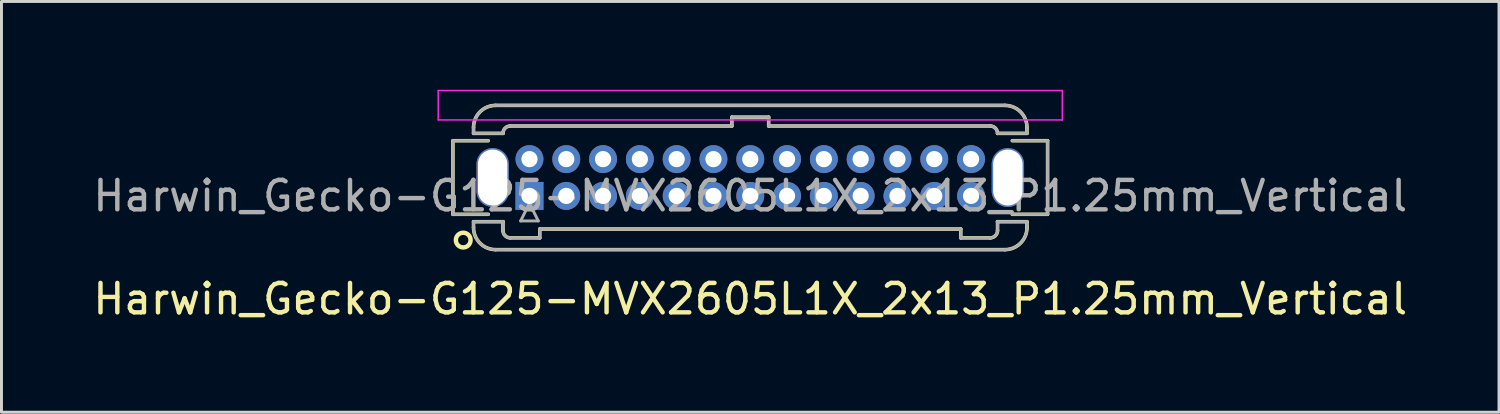
<source format=kicad_pcb>
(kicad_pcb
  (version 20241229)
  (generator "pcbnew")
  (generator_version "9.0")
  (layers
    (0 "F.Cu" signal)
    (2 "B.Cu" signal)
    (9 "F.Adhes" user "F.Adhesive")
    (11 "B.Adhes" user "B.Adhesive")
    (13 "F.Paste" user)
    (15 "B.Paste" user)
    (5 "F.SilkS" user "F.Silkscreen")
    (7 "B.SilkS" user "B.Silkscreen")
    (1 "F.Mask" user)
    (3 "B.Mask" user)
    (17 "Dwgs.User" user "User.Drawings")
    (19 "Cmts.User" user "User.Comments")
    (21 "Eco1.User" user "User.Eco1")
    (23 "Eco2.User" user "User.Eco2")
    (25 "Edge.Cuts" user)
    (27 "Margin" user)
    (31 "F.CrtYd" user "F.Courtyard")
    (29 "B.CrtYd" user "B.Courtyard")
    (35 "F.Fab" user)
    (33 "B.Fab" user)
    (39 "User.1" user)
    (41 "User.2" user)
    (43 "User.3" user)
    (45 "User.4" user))
  (footprint "Harwin_Gecko-G125-MVX2605L1X_2x13_P1.25mm_Vertical"
    (layer "F.Cu")
    (at 14.935 3.605)
    (property "Reference" "Harwin_Gecko-G125-MVX2605L1X_2x13_P1.25mm_Vertical" (at 7.5 3.5 0) (layer "F.SilkS") (effects (font (size 1 1) (thickness 0.15))))
    (attr through_hole)
    (fp_line (start -2.6 -1.875) (end -2.6 0.625) (stroke (width 0.12) (type solid)) (layer "F.SilkS"))
    (fp_line (start -2.6 0.625) (end -1.4 0.625) (stroke (width 0.12) (type solid)) (layer "F.SilkS"))
    (fp_line (start -1.9 -2.325) (end -1.9 -2.125) (stroke (width 0.12) (type solid)) (layer "F.SilkS"))
    (fp_line (start -1.9 -2.125) (end -0.9 -2.125) (stroke (width 0.12) (type solid)) (layer "F.SilkS"))
    (fp_line (start -1.9 0.875) (end -0.9 0.875) (stroke (width 0.12) (type solid)) (layer "F.SilkS"))
    (fp_line (start -1.9 1.075) (end -1.9 0.875) (stroke (width 0.12) (type solid)) (layer "F.SilkS"))
    (fp_line (start -1.4 -1.875) (end -2.6 -1.875) (stroke (width 0.12) (type solid)) (layer "F.SilkS"))
    (fp_line (start -1.15 -3.075) (end 16.15 -3.075) (stroke (width 0.12) (type solid)) (layer "F.SilkS"))
    (fp_line (start -1.15 1.825) (end 16.15 1.825) (stroke (width 0.12) (type solid)) (layer "F.SilkS"))
    (fp_line (start -0.9 -2.125) (end -0.9 -2.125) (stroke (width 0.12) (type solid)) (layer "F.SilkS"))
    (fp_line (start -0.9 0.875) (end -0.9 0.875) (stroke (width 0.12) (type solid)) (layer "F.SilkS"))
    (fp_line (start -0.9 1.175) (end -0.9 0.875) (stroke (width 0.12) (type solid)) (layer "F.SilkS"))
    (fp_line (start -0.65 -2.375) (end 6.875 -2.375) (stroke (width 0.12) (type solid)) (layer "F.SilkS"))
    (fp_line (start -0.65 1.425) (end 0.35 1.425) (stroke (width 0.12) (type solid)) (layer "F.SilkS"))
    (fp_line (start 0.35 1.125) (end 14.65 1.125) (stroke (width 0.12) (type solid)) (layer "F.SilkS"))
    (fp_line (start 0.35 1.425) (end 0.35 1.125) (stroke (width 0.12) (type solid)) (layer "F.SilkS"))
    (fp_line (start 6.875 -2.675) (end 8.125 -2.675) (stroke (width 0.12) (type solid)) (layer "F.SilkS"))
    (fp_line (start 6.875 -2.375) (end 6.875 -2.675) (stroke (width 0.12) (type solid)) (layer "F.SilkS"))
    (fp_line (start 8.125 -2.675) (end 8.125 -2.375) (stroke (width 0.12) (type solid)) (layer "F.SilkS"))
    (fp_line (start 8.125 -2.375) (end 15.65 -2.375) (stroke (width 0.12) (type solid)) (layer "F.SilkS"))
    (fp_line (start 14.65 1.125) (end 14.65 1.425) (stroke (width 0.12) (type solid)) (layer "F.SilkS"))
    (fp_line (start 14.65 1.425) (end 15.65 1.425) (stroke (width 0.12) (type solid)) (layer "F.SilkS"))
    (fp_line (start 15.9 -2.125) (end 15.9 -2.125) (stroke (width 0.12) (type solid)) (layer "F.SilkS"))
    (fp_line (start 15.9 0.875) (end 15.9 0.875) (stroke (width 0.12) (type solid)) (layer "F.SilkS"))
    (fp_line (start 15.9 1.175) (end 15.9 0.875) (stroke (width 0.12) (type solid)) (layer "F.SilkS"))
    (fp_line (start 16.4 -1.875) (end 17.6 -1.875) (stroke (width 0.12) (type solid)) (layer "F.SilkS"))
    (fp_line (start 16.9 -2.325) (end 16.9 -2.125) (stroke (width 0.12) (type solid)) (layer "F.SilkS"))
    (fp_line (start 16.9 -2.125) (end 15.9 -2.125) (stroke (width 0.12) (type solid)) (layer "F.SilkS"))
    (fp_line (start 16.9 0.875) (end 15.9 0.875) (stroke (width 0.12) (type solid)) (layer "F.SilkS"))
    (fp_line (start 16.9 1.075) (end 16.9 0.875) (stroke (width 0.12) (type solid)) (layer "F.SilkS"))
    (fp_line (start 17.6 -1.875) (end 17.6 0.625) (stroke (width 0.12) (type solid)) (layer "F.SilkS"))
    (fp_line (start 17.6 0.625) (end 16.4 0.625) (stroke (width 0.12) (type solid)) (layer "F.SilkS"))
    (fp_arc (start -1.9 -2.325) (mid -1.68033 -2.85533) (end -1.15 -3.075) (stroke (width 0.12) (type solid)) (layer "F.SilkS"))
    (fp_arc (start -1.15 1.825) (mid -1.68033 1.60533) (end -1.9 1.075) (stroke (width 0.12) (type solid)) (layer "F.SilkS"))
    (fp_arc (start -0.9 -2.125) (mid -0.826777 -2.301777) (end -0.65 -2.375) (stroke (width 0.12) (type solid)) (layer "F.SilkS"))
    (fp_arc (start -0.65 1.425) (mid -0.826777 1.351777) (end -0.9 1.175) (stroke (width 0.12) (type solid)) (layer "F.SilkS"))
    (fp_arc (start 15.65 -2.375) (mid 15.826777 -2.301777) (end 15.9 -2.125) (stroke (width 0.12) (type solid)) (layer "F.SilkS"))
    (fp_arc (start 15.9 1.175) (mid 15.826777 1.351777) (end 15.65 1.425) (stroke (width 0.12) (type solid)) (layer "F.SilkS"))
    (fp_arc (start 16.15 -3.075) (mid 16.68033 -2.85533) (end 16.9 -2.325) (stroke (width 0.12) (type solid)) (layer "F.SilkS"))
    (fp_arc (start 16.9 1.075) (mid 16.68033 1.60533) (end 16.15 1.825) (stroke (width 0.12) (type solid)) (layer "F.SilkS"))
    (fp_circle (center -2.25 1.5) (end -2 1.5) (stroke (width 0.15) (type solid)) (fill no) (layer "F.SilkS"))
    (fp_line (start -3.1 -3.58) (end -3.1 -2.58) (stroke (width 0.05) (type solid)) (layer "F.CrtYd"))
    (fp_line (start -3.1 -2.58) (end 18.1 -2.58) (stroke (width 0.05) (type solid)) (layer "F.CrtYd"))
    (fp_line (start 18.1 -3.58) (end -3.1 -3.58) (stroke (width 0.05) (type solid)) (layer "F.CrtYd"))
    (fp_line (start 18.1 -2.58) (end 18.1 -3.58) (stroke (width 0.05) (type solid)) (layer "F.CrtYd"))
    (fp_line (start -2.6 -1.875) (end -2.6 0.625) (stroke (width 0.1) (type solid)) (layer "F.Fab"))
    (fp_line (start -2.6 0.625) (end -1.4 0.625) (stroke (width 0.1) (type solid)) (layer "F.Fab"))
    (fp_line (start -1.9 -2.325) (end -1.9 -2.125) (stroke (width 0.1) (type solid)) (layer "F.Fab"))
    (fp_line (start -1.9 -2.125) (end -0.9 -2.125) (stroke (width 0.1) (type solid)) (layer "F.Fab"))
    (fp_line (start -1.9 0.875) (end -0.9 0.875) (stroke (width 0.1) (type solid)) (layer "F.Fab"))
    (fp_line (start -1.9 1.075) (end -1.9 0.875) (stroke (width 0.1) (type solid)) (layer "F.Fab"))
    (fp_line (start -1.4 -1.875) (end -2.6 -1.875) (stroke (width 0.1) (type solid)) (layer "F.Fab"))
    (fp_line (start -1.15 -3.075) (end 16.15 -3.075) (stroke (width 0.1) (type solid)) (layer "F.Fab"))
    (fp_line (start -1.15 1.825) (end 16.15 1.825) (stroke (width 0.1) (type solid)) (layer "F.Fab"))
    (fp_line (start -0.9 -2.125) (end -0.9 -2.125) (stroke (width 0.1) (type solid)) (layer "F.Fab"))
    (fp_line (start -0.9 0.875) (end -0.9 0.875) (stroke (width 0.1) (type solid)) (layer "F.Fab"))
    (fp_line (start -0.9 1.175) (end -0.9 0.875) (stroke (width 0.1) (type solid)) (layer "F.Fab"))
    (fp_line (start -0.65 -2.375) (end 6.875 -2.375) (stroke (width 0.1) (type solid)) (layer "F.Fab"))
    (fp_line (start -0.65 1.425) (end 0.35 1.425) (stroke (width 0.1) (type solid)) (layer "F.Fab"))
    (fp_line (start -0.3 0.85) (end 0.3 0.85) (stroke (width 0.1) (type solid)) (layer "F.Fab"))
    (fp_line (start 0 0.25) (end -0.3 0.85) (stroke (width 0.1) (type solid)) (layer "F.Fab"))
    (fp_line (start 0.3 0.85) (end 0 0.25) (stroke (width 0.1) (type solid)) (layer "F.Fab"))
    (fp_line (start 0.35 1.125) (end 14.65 1.125) (stroke (width 0.1) (type solid)) (layer "F.Fab"))
    (fp_line (start 0.35 1.425) (end 0.35 1.125) (stroke (width 0.1) (type solid)) (layer "F.Fab"))
    (fp_line (start 6.875 -2.675) (end 8.125 -2.675) (stroke (width 0.1) (type solid)) (layer "F.Fab"))
    (fp_line (start 6.875 -2.375) (end 6.875 -2.675) (stroke (width 0.1) (type solid)) (layer "F.Fab"))
    (fp_line (start 8.125 -2.675) (end 8.125 -2.375) (stroke (width 0.1) (type solid)) (layer "F.Fab"))
    (fp_line (start 8.125 -2.375) (end 15.65 -2.375) (stroke (width 0.1) (type solid)) (layer "F.Fab"))
    (fp_line (start 14.65 1.125) (end 14.65 1.425) (stroke (width 0.1) (type solid)) (layer "F.Fab"))
    (fp_line (start 14.65 1.425) (end 15.65 1.425) (stroke (width 0.1) (type solid)) (layer "F.Fab"))
    (fp_line (start 15.9 -2.125) (end 15.9 -2.125) (stroke (width 0.1) (type solid)) (layer "F.Fab"))
    (fp_line (start 15.9 0.875) (end 15.9 0.875) (stroke (width 0.1) (type solid)) (layer "F.Fab"))
    (fp_line (start 15.9 1.175) (end 15.9 0.875) (stroke (width 0.1) (type solid)) (layer "F.Fab"))
    (fp_line (start 16.4 -1.875) (end 17.6 -1.875) (stroke (width 0.1) (type solid)) (layer "F.Fab"))
    (fp_line (start 16.9 -2.325) (end 16.9 -2.125) (stroke (width 0.1) (type solid)) (layer "F.Fab"))
    (fp_line (start 16.9 -2.125) (end 15.9 -2.125) (stroke (width 0.1) (type solid)) (layer "F.Fab"))
    (fp_line (start 16.9 0.875) (end 15.9 0.875) (stroke (width 0.1) (type solid)) (layer "F.Fab"))
    (fp_line (start 16.9 1.075) (end 16.9 0.875) (stroke (width 0.1) (type solid)) (layer "F.Fab"))
    (fp_line (start 17.6 -1.875) (end 17.6 0.625) (stroke (width 0.1) (type solid)) (layer "F.Fab"))
    (fp_line (start 17.6 0.625) (end 16.4 0.625) (stroke (width 0.1) (type solid)) (layer "F.Fab"))
    (fp_arc (start -1.9 -2.325) (mid -1.68033 -2.85533) (end -1.15 -3.075) (stroke (width 0.1) (type solid)) (layer "F.Fab"))
    (fp_arc (start -1.15 1.825) (mid -1.68033 1.60533) (end -1.9 1.075) (stroke (width 0.1) (type solid)) (layer "F.Fab"))
    (fp_arc (start -0.9 -2.125) (mid -0.826777 -2.301777) (end -0.65 -2.375) (stroke (width 0.1) (type solid)) (layer "F.Fab"))
    (fp_arc (start -0.65 1.425) (mid -0.826777 1.351777) (end -0.9 1.175) (stroke (width 0.1) (type solid)) (layer "F.Fab"))
    (fp_arc (start 15.65 -2.375) (mid 15.826777 -2.301777) (end 15.9 -2.125) (stroke (width 0.1) (type solid)) (layer "F.Fab"))
    (fp_arc (start 15.9 1.175) (mid 15.826777 1.351777) (end 15.65 1.425) (stroke (width 0.1) (type solid)) (layer "F.Fab"))
    (fp_arc (start 16.15 -3.075) (mid 16.68033 -2.85533) (end 16.9 -2.325) (stroke (width 0.1) (type solid)) (layer "F.Fab"))
    (fp_arc (start 16.9 1.075) (mid 16.68033 1.60533) (end 16.15 1.825) (stroke (width 0.1) (type solid)) (layer "F.Fab"))
    (fp_text user "${REFERENCE}" (at 7.5 0 0) (layer "F.Fab") (effects (font (size 1 1) (thickness 0.15))))
    (pad "" np_thru_hole oval (at -1.25 -0.625) (size 1.1 2) (drill oval 1 1.9) (layers "*.Cu" "*.Mask"))
    (pad "" np_thru_hole oval (at 16.25 -0.625) (size 1.1 2) (drill oval 1 1.9) (layers "*.Cu" "*.Mask"))
    (pad "1" thru_hole rect (at 0 0) (size 0.95 0.95) (drill 0.55) (layers "*.Cu" "*.Mask"))
    (pad "2" thru_hole circle (at 0 -1.25) (size 0.95 0.95) (drill 0.55) (layers "*.Cu" "*.Mask"))
    (pad "3" thru_hole circle (at 1.25 0) (size 0.95 0.95) (drill 0.55) (layers "*.Cu" "*.Mask"))
    (pad "4" thru_hole circle (at 1.25 -1.25) (size 0.95 0.95) (drill 0.55) (layers "*.Cu" "*.Mask"))
    (pad "5" thru_hole circle (at 2.5 0) (size 0.95 0.95) (drill 0.55) (layers "*.Cu" "*.Mask"))
    (pad "6" thru_hole circle (at 2.5 -1.25) (size 0.95 0.95) (drill 0.55) (layers "*.Cu" "*.Mask"))
    (pad "7" thru_hole circle (at 3.75 0) (size 0.95 0.95) (drill 0.55) (layers "*.Cu" "*.Mask"))
    (pad "8" thru_hole circle (at 3.75 -1.25) (size 0.95 0.95) (drill 0.55) (layers "*.Cu" "*.Mask"))
    (pad "9" thru_hole circle (at 5 0) (size 0.95 0.95) (drill 0.55) (layers "*.Cu" "*.Mask"))
    (pad "10" thru_hole circle (at 5 -1.25) (size 0.95 0.95) (drill 0.55) (layers "*.Cu" "*.Mask"))
    (pad "11" thru_hole circle (at 6.25 0) (size 0.95 0.95) (drill 0.55) (layers "*.Cu" "*.Mask"))
    (pad "12" thru_hole circle (at 6.25 -1.25) (size 0.95 0.95) (drill 0.55) (layers "*.Cu" "*.Mask"))
    (pad "13" thru_hole circle (at 7.5 0) (size 0.95 0.95) (drill 0.55) (layers "*.Cu" "*.Mask"))
    (pad "14" thru_hole circle (at 7.5 -1.25) (size 0.95 0.95) (drill 0.55) (layers "*.Cu" "*.Mask"))
    (pad "15" thru_hole circle (at 8.75 0) (size 0.95 0.95) (drill 0.55) (layers "*.Cu" "*.Mask"))
    (pad "16" thru_hole circle (at 8.75 -1.25) (size 0.95 0.95) (drill 0.55) (layers "*.Cu" "*.Mask"))
    (pad "17" thru_hole circle (at 10 0) (size 0.95 0.95) (drill 0.55) (layers "*.Cu" "*.Mask"))
    (pad "18" thru_hole circle (at 10 -1.25) (size 0.95 0.95) (drill 0.55) (layers "*.Cu" "*.Mask"))
    (pad "19" thru_hole circle (at 11.25 0) (size 0.95 0.95) (drill 0.55) (layers "*.Cu" "*.Mask"))
    (pad "20" thru_hole circle (at 11.25 -1.25) (size 0.95 0.95) (drill 0.55) (layers "*.Cu" "*.Mask"))
    (pad "21" thru_hole circle (at 12.5 0) (size 0.95 0.95) (drill 0.55) (layers "*.Cu" "*.Mask"))
    (pad "22" thru_hole circle (at 12.5 -1.25) (size 0.95 0.95) (drill 0.55) (layers "*.Cu" "*.Mask"))
    (pad "23" thru_hole circle (at 13.75 0) (size 0.95 0.95) (drill 0.55) (layers "*.Cu" "*.Mask"))
    (pad "24" thru_hole circle (at 13.75 -1.25) (size 0.95 0.95) (drill 0.55) (layers "*.Cu" "*.Mask"))
    (pad "25" thru_hole circle (at 15 0) (size 0.95 0.95) (drill 0.55) (layers "*.Cu" "*.Mask"))
    (pad "26" thru_hole circle (at 15 -1.25) (size 0.95 0.95) (drill 0.55) (layers "*.Cu" "*.Mask")))
  (gr_rect
    (start -3 -3)
    (end 47.869 10.953)
    (stroke (width 0.1) (type default))
    (fill no)
    (layer "Edge.Cuts")))
</source>
